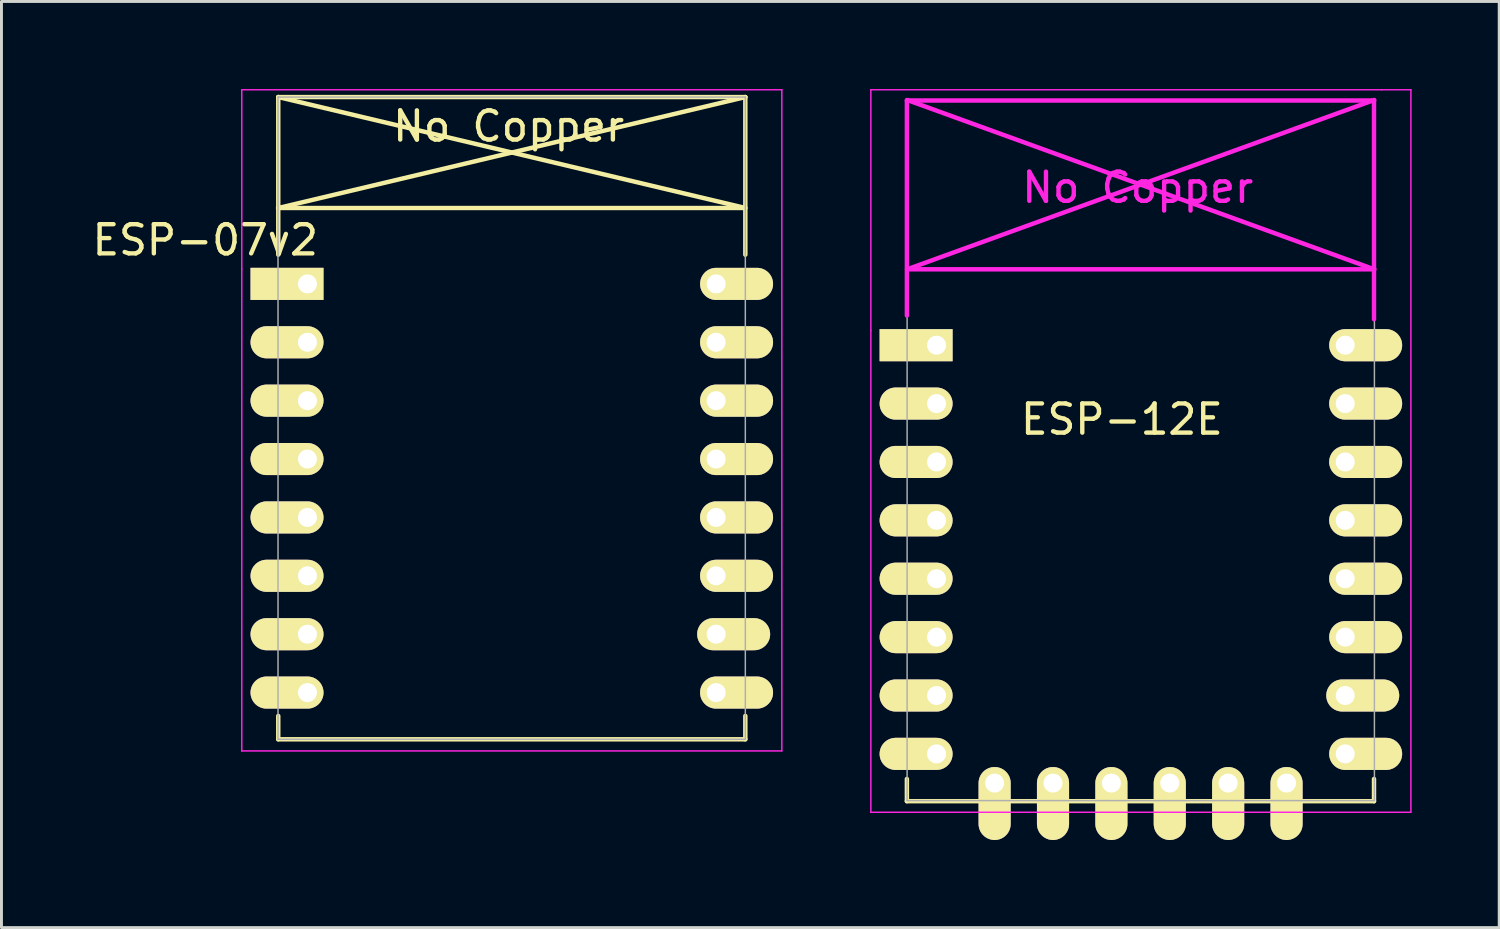
<source format=kicad_pcb>
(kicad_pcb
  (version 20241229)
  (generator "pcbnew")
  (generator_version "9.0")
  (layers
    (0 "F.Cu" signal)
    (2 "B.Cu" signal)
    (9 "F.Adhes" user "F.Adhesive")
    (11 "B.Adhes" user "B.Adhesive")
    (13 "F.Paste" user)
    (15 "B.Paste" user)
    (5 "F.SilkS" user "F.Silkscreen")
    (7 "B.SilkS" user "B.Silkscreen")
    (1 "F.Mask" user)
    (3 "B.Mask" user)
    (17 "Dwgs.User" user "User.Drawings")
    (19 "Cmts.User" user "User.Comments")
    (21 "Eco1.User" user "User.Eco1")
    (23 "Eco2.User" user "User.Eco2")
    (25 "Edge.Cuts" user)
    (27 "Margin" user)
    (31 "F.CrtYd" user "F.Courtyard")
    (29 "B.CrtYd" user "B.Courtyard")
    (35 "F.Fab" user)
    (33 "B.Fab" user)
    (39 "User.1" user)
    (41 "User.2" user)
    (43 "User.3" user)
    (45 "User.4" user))
  (footprint "ESP-07v2"
    (layer "F.Cu")
    (at 7.482 6.675)
    (property "Reference" "ESP-07v2" (at -3.5 -1.5 0) (layer "F.SilkS") (effects (font (size 1 1) (thickness 0.15))))
    (attr through_hole)
    (fp_line (start -1.008 -2.6) (end 14.992 -2.6) (stroke (width 0.152) (type solid)) (layer "F.SilkS"))
    (fp_line (start -1 -6.4) (end -1 -1) (stroke (width 0.152) (type solid)) (layer "F.SilkS"))
    (fp_line (start -1 -6.4) (end 15 -6.4) (stroke (width 0.152) (type solid)) (layer "F.SilkS"))
    (fp_line (start -1 -6.4) (end 15 -2.6) (stroke (width 0.152) (type solid)) (layer "F.SilkS"))
    (fp_line (start -1 14.8) (end -1 15.6) (stroke (width 0.152) (type solid)) (layer "F.SilkS"))
    (fp_line (start -1 15.6) (end 15 15.6) (stroke (width 0.152) (type solid)) (layer "F.SilkS"))
    (fp_line (start 15 -6.4) (end -1 -2.6) (stroke (width 0.152) (type solid)) (layer "F.SilkS"))
    (fp_line (start 15 -6.4) (end 15 -1) (stroke (width 0.152) (type solid)) (layer "F.SilkS"))
    (fp_line (start 15 15.6) (end 15 14.8) (stroke (width 0.152) (type solid)) (layer "F.SilkS"))
    (fp_line (start -2.25 -6.65) (end 16.25 -6.65) (stroke (width 0.05) (type solid)) (layer "F.CrtYd"))
    (fp_line (start -2.25 -0.5) (end -2.25 -6.65) (stroke (width 0.05) (type solid)) (layer "F.CrtYd"))
    (fp_line (start -2.25 16) (end -2.25 -0.5) (stroke (width 0.05) (type solid)) (layer "F.CrtYd"))
    (fp_line (start 16.25 -6.65) (end 16.25 16) (stroke (width 0.05) (type solid)) (layer "F.CrtYd"))
    (fp_line (start 16.25 16) (end -2.25 16) (stroke (width 0.05) (type solid)) (layer "F.CrtYd"))
    (fp_line (start -1.008 15.6) (end -1.008 -6.4) (stroke (width 0.05) (type solid)) (layer "F.Fab"))
    (fp_line (start -1 -6.4) (end 15 -6.4) (stroke (width 0.05) (type solid)) (layer "F.Fab"))
    (fp_line (start 15 -6.4) (end 15 15.6) (stroke (width 0.05) (type solid)) (layer "F.Fab"))
    (fp_line (start 15 15.6) (end -1 15.6) (stroke (width 0.05) (type solid)) (layer "F.Fab"))
    (fp_text user "No Copper" (at 6.892 -5.4 0) (layer "F.SilkS") (effects (font (size 1 1) (thickness 0.15))))
    (pad "1" thru_hole rect (at 0 0) (size 2.5 1.1) (drill 0.65 (offset -0.7 0)) (layers "*.Cu" "*.Mask" "F.SilkS" "F.Paste"))
    (pad "2" thru_hole oval (at 0 2) (size 2.5 1.1) (drill 0.65 (offset -0.7 0)) (layers "*.Cu" "*.Mask" "F.SilkS" "F.Paste"))
    (pad "3" thru_hole oval (at 0 4) (size 2.5 1.1) (drill 0.65 (offset -0.7 0)) (layers "*.Cu" "*.Mask" "F.SilkS" "F.Paste"))
    (pad "4" thru_hole oval (at 0 6) (size 2.5 1.1) (drill 0.65 (offset -0.7 0)) (layers "*.Cu" "*.Mask" "F.SilkS" "F.Paste"))
    (pad "5" thru_hole oval (at 0 8) (size 2.5 1.1) (drill 0.65 (offset -0.7 0)) (layers "*.Cu" "*.Mask" "F.SilkS" "F.Paste"))
    (pad "6" thru_hole oval (at 0 10) (size 2.5 1.1) (drill 0.65 (offset -0.7 0)) (layers "*.Cu" "*.Mask" "F.SilkS" "F.Paste"))
    (pad "7" thru_hole oval (at 0 12) (size 2.5 1.1) (drill 0.65 (offset -0.7 0)) (layers "*.Cu" "*.Mask" "F.SilkS" "F.Paste"))
    (pad "8" thru_hole oval (at 0 14) (size 2.5 1.1) (drill 0.65 (offset -0.7 0)) (layers "*.Cu" "*.Mask" "F.SilkS" "F.Paste"))
    (pad "9" thru_hole oval (at 14 14) (size 2.5 1.1) (drill 0.65 (offset 0.7 0)) (layers "*.Cu" "*.Mask" "F.SilkS" "F.Paste"))
    (pad "10" thru_hole oval (at 14 12) (size 2.5 1.1) (drill 0.65 (offset 0.6 0)) (layers "*.Cu" "*.Mask" "F.SilkS" "F.Paste"))
    (pad "11" thru_hole oval (at 14 10) (size 2.5 1.1) (drill 0.65 (offset 0.7 0)) (layers "*.Cu" "*.Mask" "F.SilkS" "F.Paste"))
    (pad "12" thru_hole oval (at 14 8) (size 2.5 1.1) (drill 0.65 (offset 0.7 0)) (layers "*.Cu" "*.Mask" "F.SilkS" "F.Paste"))
    (pad "13" thru_hole oval (at 14 6) (size 2.5 1.1) (drill 0.65 (offset 0.7 0)) (layers "*.Cu" "*.Mask" "F.SilkS" "F.Paste"))
    (pad "14" thru_hole oval (at 14 4) (size 2.5 1.1) (drill 0.65 (offset 0.7 0)) (layers "*.Cu" "*.Mask" "F.SilkS" "F.Paste"))
    (pad "15" thru_hole oval (at 14 2) (size 2.5 1.1) (drill 0.65 (offset 0.7 0)) (layers "*.Cu" "*.Mask" "F.SilkS" "F.Paste"))
    (pad "16" thru_hole oval (at 14 0) (size 2.5 1.1) (drill 0.65 (offset 0.7 0)) (layers "*.Cu" "*.Mask" "F.SilkS" "F.Paste")))
  (footprint "ESP-12E"
    (layer "F.Cu")
    (at 29.032 8.775)
    (property "Reference" "ESP-12E" (at 6.35 2.54 0) (layer "F.SilkS") (effects (font (size 1 1) (thickness 0.15))))
    (attr through_hole)
    (fp_line (start -1.016 14.859) (end -1.016 15.621) (stroke (width 0.152) (type solid)) (layer "F.SilkS"))
    (fp_line (start -1.016 15.621) (end 14.986 15.621) (stroke (width 0.152) (type solid)) (layer "F.SilkS"))
    (fp_line (start 14.986 15.621) (end 14.986 14.859) (stroke (width 0.152) (type solid)) (layer "F.SilkS"))
    (fp_line (start -2.25 -8.75) (end 15.25 -8.75) (stroke (width 0.05) (type solid)) (layer "F.CrtYd"))
    (fp_line (start -2.25 -0.5) (end -2.25 -8.75) (stroke (width 0.05) (type solid)) (layer "F.CrtYd"))
    (fp_line (start -2.25 16) (end -2.25 -0.5) (stroke (width 0.05) (type solid)) (layer "F.CrtYd"))
    (fp_line (start -1.016 -8.382) (end -1.016 -1.016) (stroke (width 0.152) (type solid)) (layer "F.CrtYd"))
    (fp_line (start -1.016 -8.382) (end 14.986 -8.382) (stroke (width 0.152) (type solid)) (layer "F.CrtYd"))
    (fp_line (start -1.008 -8.4) (end 14.992 -2.6) (stroke (width 0.152) (type solid)) (layer "F.CrtYd"))
    (fp_line (start -1.008 -2.6) (end 14.992 -2.6) (stroke (width 0.152) (type solid)) (layer "F.CrtYd"))
    (fp_line (start 14.986 -8.382) (end 14.986 -0.889) (stroke (width 0.152) (type solid)) (layer "F.CrtYd"))
    (fp_line (start 14.992 -8.4) (end -1.008 -2.6) (stroke (width 0.152) (type solid)) (layer "F.CrtYd"))
    (fp_line (start 15.25 -8.75) (end 16.25 -8.75) (stroke (width 0.05) (type solid)) (layer "F.CrtYd"))
    (fp_line (start 16.25 -8.75) (end 16.25 16) (stroke (width 0.05) (type solid)) (layer "F.CrtYd"))
    (fp_line (start 16.25 16) (end -2.25 16) (stroke (width 0.05) (type solid)) (layer "F.CrtYd"))
    (fp_line (start -1.008 -8.4) (end 14.992 -8.4) (stroke (width 0.05) (type solid)) (layer "F.Fab"))
    (fp_line (start -1.008 15.6) (end -1.008 -8.4) (stroke (width 0.05) (type solid)) (layer "F.Fab"))
    (fp_line (start 14.992 15.6) (end -1.008 15.6) (stroke (width 0.05) (type solid)) (layer "F.Fab"))
    (fp_line (start 15 -8.4) (end 15 15.6) (stroke (width 0.05) (type solid)) (layer "F.Fab"))
    (fp_text user "No Copper" (at 6.892 -5.4 0) (layer "F.CrtYd") (effects (font (size 1 1) (thickness 0.15))))
    (pad "1" thru_hole rect (at 0 0) (size 2.5 1.1) (drill 0.65 (offset -0.7 0)) (layers "*.Cu" "*.Mask" "F.SilkS"))
    (pad "2" thru_hole oval (at 0 2) (size 2.5 1.1) (drill 0.65 (offset -0.7 0)) (layers "*.Cu" "*.Mask" "F.SilkS"))
    (pad "3" thru_hole oval (at 0 4) (size 2.5 1.1) (drill 0.65 (offset -0.7 0)) (layers "*.Cu" "*.Mask" "F.SilkS"))
    (pad "4" thru_hole oval (at 0 6) (size 2.5 1.1) (drill 0.65 (offset -0.7 0)) (layers "*.Cu" "*.Mask" "F.SilkS"))
    (pad "5" thru_hole oval (at 0 8) (size 2.5 1.1) (drill 0.65 (offset -0.7 0)) (layers "*.Cu" "*.Mask" "F.SilkS"))
    (pad "6" thru_hole oval (at 0 10) (size 2.5 1.1) (drill 0.65 (offset -0.7 0)) (layers "*.Cu" "*.Mask" "F.SilkS"))
    (pad "7" thru_hole oval (at 0 12) (size 2.5 1.1) (drill 0.65 (offset -0.7 0)) (layers "*.Cu" "*.Mask" "F.SilkS"))
    (pad "8" thru_hole oval (at 0 14) (size 2.5 1.1) (drill 0.65 (offset -0.7 0)) (layers "*.Cu" "*.Mask" "F.SilkS"))
    (pad "9" thru_hole oval (at 14 14) (size 2.5 1.1) (drill 0.65 (offset 0.7 0)) (layers "*.Cu" "*.Mask" "F.SilkS"))
    (pad "10" thru_hole oval (at 14 12) (size 2.5 1.1) (drill 0.65 (offset 0.6 0)) (layers "*.Cu" "*.Mask" "F.SilkS"))
    (pad "11" thru_hole oval (at 14 10) (size 2.5 1.1) (drill 0.65 (offset 0.7 0)) (layers "*.Cu" "*.Mask" "F.SilkS"))
    (pad "12" thru_hole oval (at 14 8) (size 2.5 1.1) (drill 0.65 (offset 0.7 0)) (layers "*.Cu" "*.Mask" "F.SilkS"))
    (pad "13" thru_hole oval (at 14 6) (size 2.5 1.1) (drill 0.65 (offset 0.7 0)) (layers "*.Cu" "*.Mask" "F.SilkS"))
    (pad "14" thru_hole oval (at 14 4) (size 2.5 1.1) (drill 0.65 (offset 0.7 0)) (layers "*.Cu" "*.Mask" "F.SilkS"))
    (pad "15" thru_hole oval (at 14 2) (size 2.5 1.1) (drill 0.65 (offset 0.7 0)) (layers "*.Cu" "*.Mask" "F.SilkS"))
    (pad "16" thru_hole oval (at 14 0) (size 2.5 1.1) (drill 0.65 (offset 0.7 0)) (layers "*.Cu" "*.Mask" "F.SilkS"))
    (pad "17" thru_hole oval (at 1.99 15 90) (size 2.5 1.1) (drill 0.65 (offset -0.7 0)) (layers "*.Cu" "*.Mask" "F.SilkS"))
    (pad "18" thru_hole oval (at 3.99 15 90) (size 2.5 1.1) (drill 0.65 (offset -0.7 0)) (layers "*.Cu" "*.Mask" "F.SilkS"))
    (pad "19" thru_hole oval (at 5.99 15 90) (size 2.5 1.1) (drill 0.65 (offset -0.7 0)) (layers "*.Cu" "*.Mask" "F.SilkS"))
    (pad "20" thru_hole oval (at 7.99 15 90) (size 2.5 1.1) (drill 0.65 (offset -0.7 0)) (layers "*.Cu" "*.Mask" "F.SilkS"))
    (pad "21" thru_hole oval (at 9.99 15 90) (size 2.5 1.1) (drill 0.65 (offset -0.7 0)) (layers "*.Cu" "*.Mask" "F.SilkS"))
    (pad "22" thru_hole oval (at 11.99 15 90) (size 2.5 1.1) (drill 0.65 (offset -0.7 0)) (layers "*.Cu" "*.Mask" "F.SilkS")))
  (gr_rect
    (start -3 -3)
    (end 48.307 28.725)
    (stroke (width 0.1) (type default))
    (fill no)
    (layer "Edge.Cuts")))
</source>
